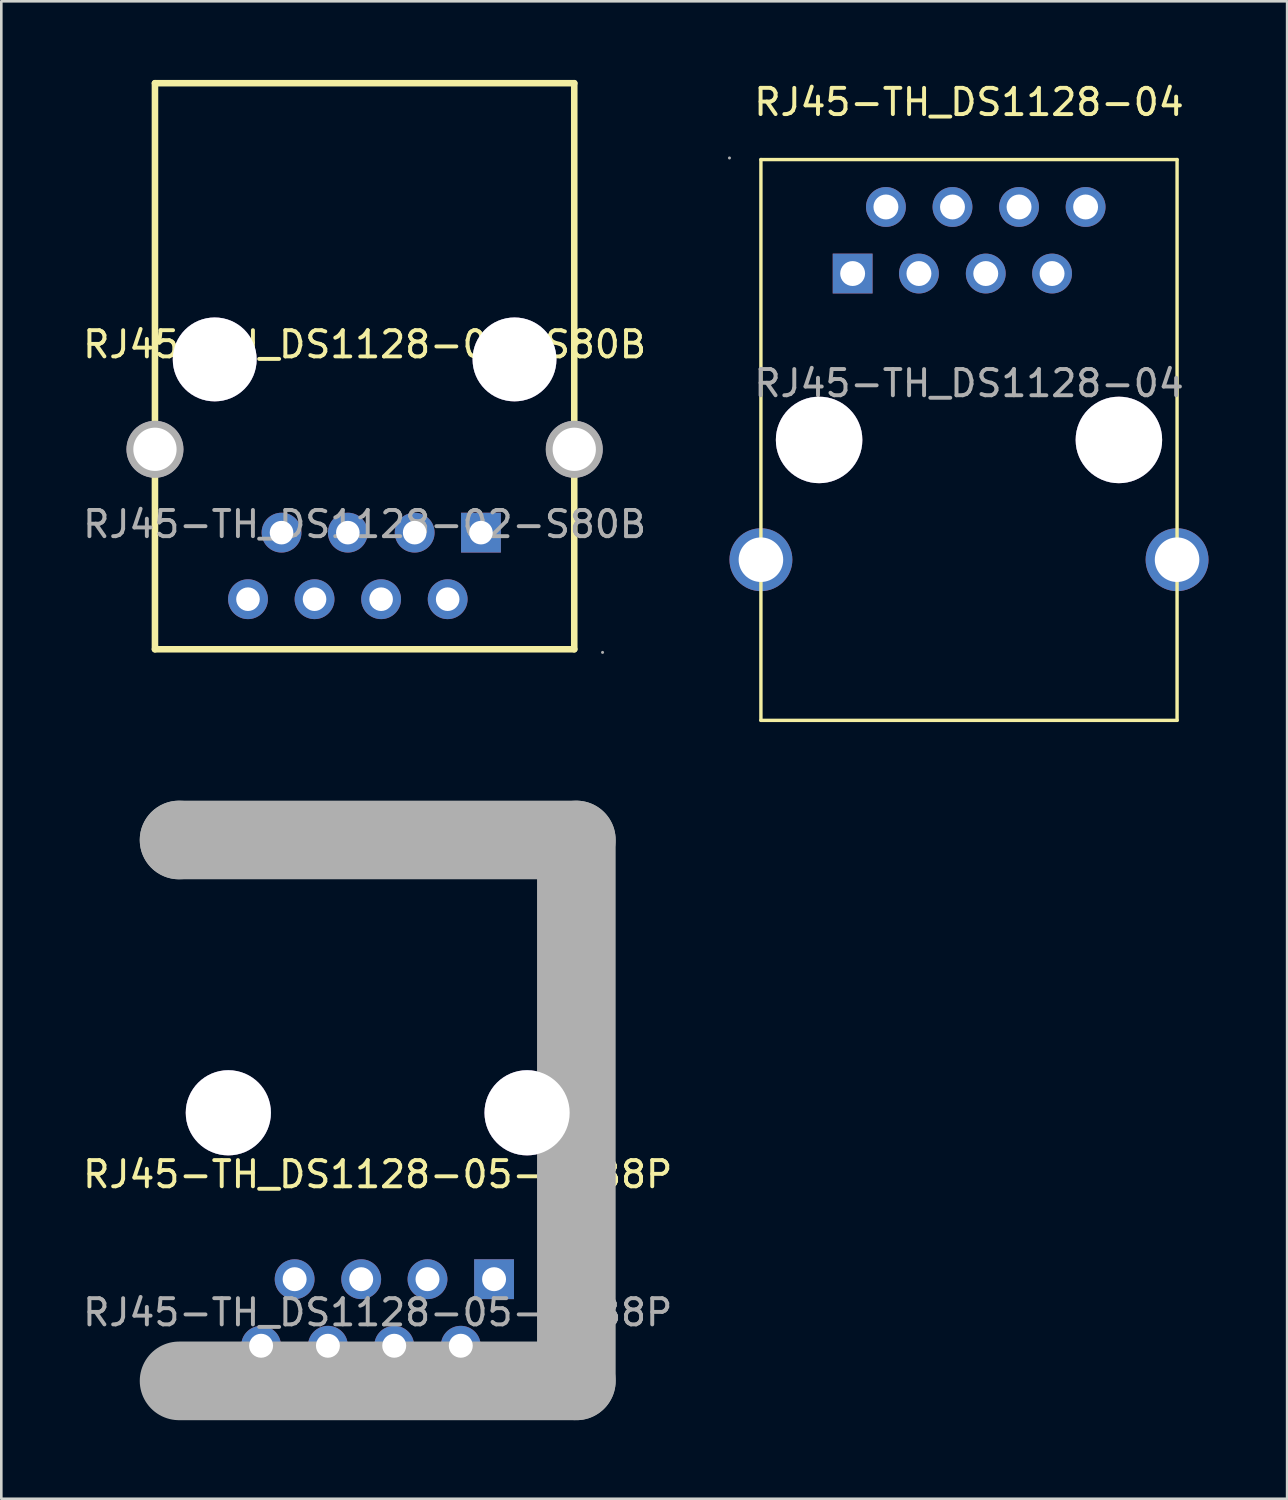
<source format=kicad_pcb>
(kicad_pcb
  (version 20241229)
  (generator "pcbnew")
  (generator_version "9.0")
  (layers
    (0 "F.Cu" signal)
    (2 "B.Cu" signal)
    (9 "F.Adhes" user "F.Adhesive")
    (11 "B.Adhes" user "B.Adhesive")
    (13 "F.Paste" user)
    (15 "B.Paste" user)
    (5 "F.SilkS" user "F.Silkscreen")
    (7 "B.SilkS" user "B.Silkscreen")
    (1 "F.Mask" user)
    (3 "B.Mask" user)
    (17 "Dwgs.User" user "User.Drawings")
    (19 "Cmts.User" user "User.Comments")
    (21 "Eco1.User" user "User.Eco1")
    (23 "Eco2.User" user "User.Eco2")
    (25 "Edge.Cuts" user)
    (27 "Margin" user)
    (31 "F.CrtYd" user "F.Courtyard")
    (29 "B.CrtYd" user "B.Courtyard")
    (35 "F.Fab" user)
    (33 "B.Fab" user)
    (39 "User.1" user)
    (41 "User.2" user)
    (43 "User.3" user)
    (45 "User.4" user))
  (footprint "RJ45-TH_DS1128-04"
    (layer "F.Cu")
    (at 33.926 11.578)
    (property "Reference" "RJ45-TH_DS1128-04" (at 0 -10.73 0) (layer "F.SilkS") (effects (font (size 1 1) (thickness 0.15))))
    (attr through_hole)
    (fp_line (start -7.94 -8.54) (end -7.94 12.86) (stroke (width 0.13) (type solid)) (layer "F.SilkS"))
    (fp_line (start -7.94 12.86) (end 7.94 12.86) (stroke (width 0.13) (type solid)) (layer "F.SilkS"))
    (fp_line (start 7.94 -8.54) (end -7.94 -8.54) (stroke (width 0.13) (type solid)) (layer "F.SilkS"))
    (fp_line (start 7.94 12.86) (end 7.94 -8.54) (stroke (width 0.13) (type solid)) (layer "F.SilkS"))
    (fp_circle (center -9.14 -8.6) (end -9.11 -8.6) (stroke (width 0.06) (type solid)) (fill no) (layer "F.Fab"))
    (fp_circle (center -7.94 6.73) (end -7.56 6.73) (stroke (width 0.75) (type solid)) (fill no) (layer "F.Fab"))
    (fp_circle (center -5.72 2.16) (end -4.94 2.16) (stroke (width 1.55) (type solid)) (fill no) (layer "F.Fab"))
    (fp_circle (center -4.44 -4.19) (end -4.25 -4.19) (stroke (width 0.38) (type solid)) (fill no) (layer "F.Fab"))
    (fp_circle (center -3.17 -6.73) (end -2.98 -6.73) (stroke (width 0.38) (type solid)) (fill no) (layer "F.Fab"))
    (fp_circle (center -1.91 -4.19) (end -1.72 -4.19) (stroke (width 0.38) (type solid)) (fill no) (layer "F.Fab"))
    (fp_circle (center -0.63 -6.73) (end -0.44 -6.73) (stroke (width 0.38) (type solid)) (fill no) (layer "F.Fab"))
    (fp_circle (center 0.64 -4.19) (end 0.83 -4.19) (stroke (width 0.38) (type solid)) (fill no) (layer "F.Fab"))
    (fp_circle (center 1.91 -6.73) (end 2.1 -6.73) (stroke (width 0.38) (type solid)) (fill no) (layer "F.Fab"))
    (fp_circle (center 3.17 -4.19) (end 3.36 -4.19) (stroke (width 0.38) (type solid)) (fill no) (layer "F.Fab"))
    (fp_circle (center 4.45 -6.73) (end 4.64 -6.73) (stroke (width 0.38) (type solid)) (fill no) (layer "F.Fab"))
    (fp_circle (center 5.72 2.16) (end 6.5 2.16) (stroke (width 1.55) (type solid)) (fill no) (layer "F.Fab"))
    (fp_circle (center 7.94 6.73) (end 8.32 6.73) (stroke (width 0.75) (type solid)) (fill no) (layer "F.Fab"))
    (fp_text user "${REFERENCE}" (at 0 0 0) (layer "F.Fab") (effects (font (size 1 1) (thickness 0.15))))
    (pad "" thru_hole circle (at -5.72 2.16) (size 3.3 3.3) (drill 3.3) (layers "*.Cu" "*.Mask"))
    (pad "" thru_hole circle (at 5.72 2.16) (size 3.3 3.3) (drill 3.3) (layers "*.Cu" "*.Mask"))
    (pad "0" thru_hole circle (at -7.94 6.73) (size 2.4 2.4) (drill 1.7) (layers "*.Cu" "*.Paste" "*.Mask"))
    (pad "0" thru_hole circle (at 7.94 6.73) (size 2.4 2.4) (drill 1.7) (layers "*.Cu" "*.Paste" "*.Mask"))
    (pad "1" thru_hole rect (at -4.44 -4.19) (size 1.52 1.52) (drill 0.95) (layers "*.Cu" "*.Paste" "*.Mask"))
    (pad "2" thru_hole circle (at -3.17 -6.73) (size 1.52 1.52) (drill 0.95) (layers "*.Cu" "*.Paste" "*.Mask"))
    (pad "3" thru_hole circle (at -1.91 -4.19) (size 1.52 1.52) (drill 0.95) (layers "*.Cu" "*.Paste" "*.Mask"))
    (pad "4" thru_hole circle (at -0.63 -6.73) (size 1.52 1.52) (drill 0.95) (layers "*.Cu" "*.Paste" "*.Mask"))
    (pad "5" thru_hole circle (at 0.64 -4.19) (size 1.52 1.52) (drill 0.95) (layers "*.Cu" "*.Paste" "*.Mask"))
    (pad "6" thru_hole circle (at 1.91 -6.73) (size 1.52 1.52) (drill 0.95) (layers "*.Cu" "*.Paste" "*.Mask"))
    (pad "7" thru_hole circle (at 3.17 -4.19) (size 1.52 1.52) (drill 0.95) (layers "*.Cu" "*.Paste" "*.Mask"))
    (pad "8" thru_hole circle (at 4.45 -6.73) (size 1.52 1.52) (drill 0.95) (layers "*.Cu" "*.Paste" "*.Mask")))
  (footprint "RJ45-TH_DS1128-05-S8B8P"
    (layer "F.Cu")
    (at 11.363 47.033)
    (property "Reference" "RJ45-TH_DS1128-05-S8B8P" (at 0 -5.27 0) (layer "F.SilkS") (effects (font (size 1 1) (thickness 0.15))))
    (attr through_hole)
    (fp_line (start -7.58 -18.03) (end -7.58 -18.03) (stroke (width 3) (type solid)) (layer "F.Fab"))
    (fp_line (start -7.58 -18.03) (end 7.58 -18.03) (stroke (width 3) (type solid)) (layer "F.Fab"))
    (fp_line (start 7.58 -18.03) (end 7.58 2.61) (stroke (width 3) (type solid)) (layer "F.Fab"))
    (fp_line (start 7.58 2.61) (end -7.58 2.61) (stroke (width 3) (type solid)) (layer "F.Fab"))
    (fp_circle (center -5.7 -7.62) (end -4.94 -7.62) (stroke (width 1.52) (type solid)) (fill no) (layer "F.Fab"))
    (fp_circle (center -4.45 1.27) (end -4.27 1.27) (stroke (width 0.36) (type solid)) (fill no) (layer "F.Fab"))
    (fp_circle (center -3.17 -1.27) (end -2.99 -1.27) (stroke (width 0.36) (type solid)) (fill no) (layer "F.Fab"))
    (fp_circle (center -1.9 1.27) (end -1.72 1.27) (stroke (width 0.36) (type solid)) (fill no) (layer "F.Fab"))
    (fp_circle (center -0.63 -1.27) (end -0.45 -1.27) (stroke (width 0.36) (type solid)) (fill no) (layer "F.Fab"))
    (fp_circle (center 0.63 1.27) (end 0.81 1.27) (stroke (width 0.36) (type solid)) (fill no) (layer "F.Fab"))
    (fp_circle (center 1.9 -1.27) (end 2.08 -1.27) (stroke (width 0.36) (type solid)) (fill no) (layer "F.Fab"))
    (fp_circle (center 3.17 1.27) (end 3.35 1.27) (stroke (width 0.36) (type solid)) (fill no) (layer "F.Fab"))
    (fp_circle (center 4.44 -1.27) (end 4.62 -1.27) (stroke (width 0.36) (type solid)) (fill no) (layer "F.Fab"))
    (fp_circle (center 5.7 -7.62) (end 6.46 -7.62) (stroke (width 1.52) (type solid)) (fill no) (layer "F.Fab"))
    (fp_circle (center 7.7 -18.16) (end 7.73 -18.16) (stroke (width 0.06) (type solid)) (fill no) (layer "F.Fab"))
    (fp_text user "${REFERENCE}" (at 0 0 0) (layer "F.Fab") (effects (font (size 1 1) (thickness 0.15))))
    (pad "" thru_hole circle (at -5.7 -7.62) (size 3.25 3.25) (drill 3.25) (layers "*.Cu" "*.Mask"))
    (pad "" thru_hole circle (at 5.7 -7.62) (size 3.25 3.25) (drill 3.25) (layers "*.Cu" "*.Mask"))
    (pad "1" thru_hole rect (at 4.44 -1.27 90) (size 1.52 1.52) (drill 0.914) (layers "*.Cu" "*.Paste" "*.Mask"))
    (pad "2" thru_hole circle (at 3.17 1.27 90) (size 1.52 1.52) (drill 0.914) (layers "*.Cu" "*.Paste" "*.Mask"))
    (pad "3" thru_hole circle (at 1.9 -1.27 90) (size 1.52 1.52) (drill 0.914) (layers "*.Cu" "*.Paste" "*.Mask"))
    (pad "4" thru_hole circle (at 0.63 1.27 90) (size 1.52 1.52) (drill 0.914) (layers "*.Cu" "*.Paste" "*.Mask"))
    (pad "5" thru_hole circle (at -0.63 -1.27 90) (size 1.52 1.52) (drill 0.914) (layers "*.Cu" "*.Paste" "*.Mask"))
    (pad "6" thru_hole circle (at -1.9 1.27 90) (size 1.52 1.52) (drill 0.914) (layers "*.Cu" "*.Paste" "*.Mask"))
    (pad "7" thru_hole circle (at -3.17 -1.27 90) (size 1.52 1.52) (drill 0.914) (layers "*.Cu" "*.Paste" "*.Mask"))
    (pad "8" thru_hole circle (at -4.45 1.27 90) (size 1.52 1.52) (drill 0.914) (layers "*.Cu" "*.Paste" "*.Mask")))
  (footprint "RJ45-TH_DS1128-02-S80B"
    (layer "F.Cu")
    (at 10.863 16.955)
    (property "Reference" "RJ45-TH_DS1128-02-S80B" (at 0 -6.86 0) (layer "F.SilkS") (effects (font (size 1 1) (thickness 0.15))))
    (attr through_hole)
    (fp_line (start -8 -16.83) (end 8 -16.83) (stroke (width 0.25) (type solid)) (layer "F.SilkS"))
    (fp_line (start -8 4.77) (end -8 -16.83) (stroke (width 0.25) (type solid)) (layer "F.SilkS"))
    (fp_line (start 8 -16.83) (end 8 4.77) (stroke (width 0.25) (type solid)) (layer "F.SilkS"))
    (fp_line (start 8 4.77) (end -8 4.77) (stroke (width 0.25) (type solid)) (layer "F.SilkS"))
    (fp_circle (center -8 -2.86) (end -7.64 -2.86) (stroke (width 0.73) (type solid)) (fill no) (layer "F.Fab"))
    (fp_circle (center -5.72 -6.29) (end -4.97 -6.29) (stroke (width 1.5) (type solid)) (fill no) (layer "F.Fab"))
    (fp_circle (center -4.45 2.86) (end -4.27 2.86) (stroke (width 0.35) (type solid)) (fill no) (layer "F.Fab"))
    (fp_circle (center -3.17 0.32) (end -2.99 0.32) (stroke (width 0.35) (type solid)) (fill no) (layer "F.Fab"))
    (fp_circle (center -1.91 2.86) (end -1.73 2.86) (stroke (width 0.35) (type solid)) (fill no) (layer "F.Fab"))
    (fp_circle (center -0.64 0.32) (end -0.46 0.32) (stroke (width 0.35) (type solid)) (fill no) (layer "F.Fab"))
    (fp_circle (center 0.63 2.86) (end 0.81 2.86) (stroke (width 0.35) (type solid)) (fill no) (layer "F.Fab"))
    (fp_circle (center 1.91 0.32) (end 2.09 0.32) (stroke (width 0.35) (type solid)) (fill no) (layer "F.Fab"))
    (fp_circle (center 3.17 2.86) (end 3.35 2.86) (stroke (width 0.35) (type solid)) (fill no) (layer "F.Fab"))
    (fp_circle (center 4.44 0.32) (end 4.62 0.32) (stroke (width 0.35) (type solid)) (fill no) (layer "F.Fab"))
    (fp_circle (center 5.72 -6.29) (end 6.47 -6.29) (stroke (width 1.5) (type solid)) (fill no) (layer "F.Fab"))
    (fp_circle (center 8 -2.86) (end 8.36 -2.86) (stroke (width 0.73) (type solid)) (fill no) (layer "F.Fab"))
    (fp_circle (center 9.08 4.89) (end 9.11 4.89) (stroke (width 0.06) (type solid)) (fill no) (layer "F.Fab"))
    (fp_text user "${REFERENCE}" (at 0 0 0) (layer "F.Fab") (effects (font (size 1 1) (thickness 0.15))))
    (pad "" thru_hole circle (at -5.72 -6.29) (size 3.2 3.2) (drill 3.2) (layers "*.Cu" "*.Mask"))
    (pad "" thru_hole circle (at 5.72 -6.29) (size 3.2 3.2) (drill 3.2) (layers "*.Cu" "*.Mask"))
    (pad "1" thru_hole rect (at 4.44 0.32 180) (size 1.52 1.52) (drill 0.9) (layers "*.Cu" "*.Paste" "*.Mask"))
    (pad "2" thru_hole circle (at 3.17 2.86 180) (size 1.52 1.52) (drill 0.9) (layers "*.Cu" "*.Paste" "*.Mask"))
    (pad "3" thru_hole circle (at 1.91 0.32 180) (size 1.52 1.52) (drill 0.9) (layers "*.Cu" "*.Paste" "*.Mask"))
    (pad "4" thru_hole circle (at 0.63 2.86 180) (size 1.52 1.52) (drill 0.9) (layers "*.Cu" "*.Paste" "*.Mask"))
    (pad "5" thru_hole circle (at -0.64 0.32 180) (size 1.52 1.52) (drill 0.9) (layers "*.Cu" "*.Paste" "*.Mask"))
    (pad "6" thru_hole circle (at -1.91 2.86 180) (size 1.52 1.52) (drill 0.9) (layers "*.Cu" "*.Paste" "*.Mask"))
    (pad "7" thru_hole circle (at -3.17 0.32 180) (size 1.52 1.52) (drill 0.9) (layers "*.Cu" "*.Paste" "*.Mask"))
    (pad "8" thru_hole circle (at -4.45 2.86 180) (size 1.52 1.52) (drill 0.9) (layers "*.Cu" "*.Paste" "*.Mask"))
    (pad "9" thru_hole circle (at 8 -2.86 180) (size 2.16 2.16) (drill 1.651) (layers "*.Cu" "*.Paste" "*.Mask"))
    (pad "10" thru_hole circle (at -8 -2.86 180) (size 2.16 2.16) (drill 1.651) (layers "*.Cu" "*.Paste" "*.Mask")))
  (gr_rect
    (start -3 -3)
    (end 46.066 54.143)
    (stroke (width 0.1) (type default))
    (fill no)
    (layer "Edge.Cuts")))
</source>
